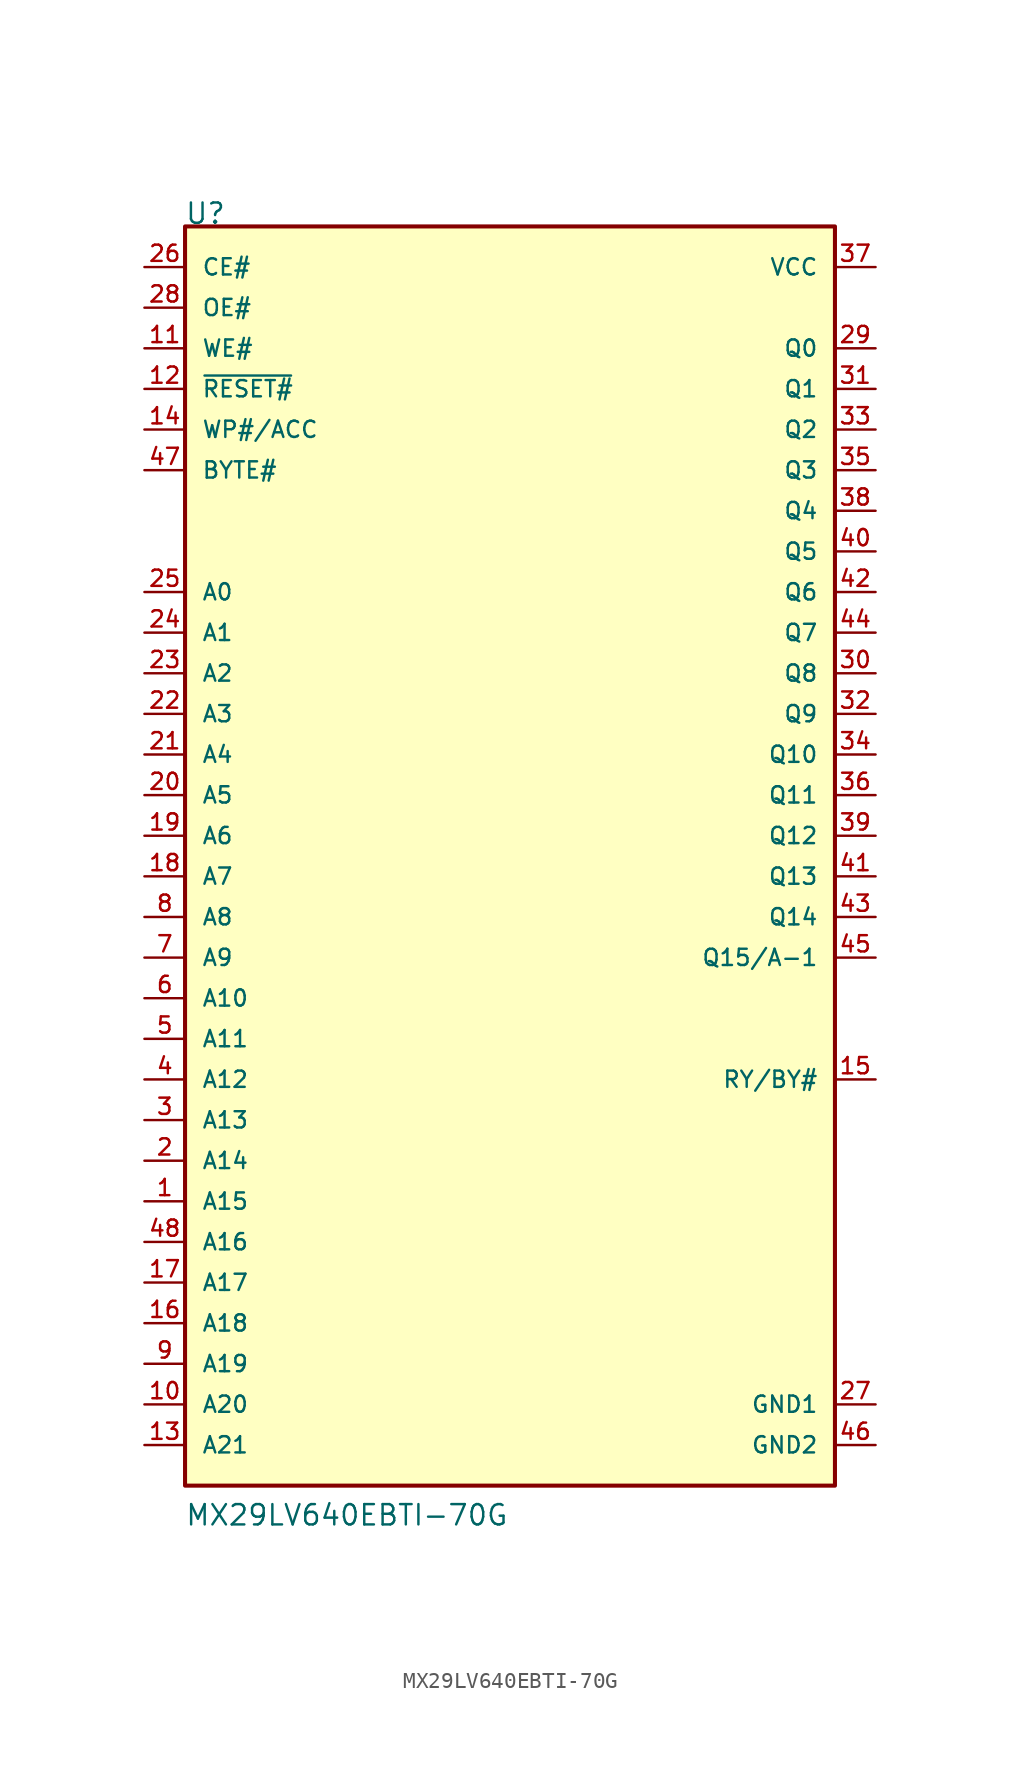
<source format=kicad_sym>
(kicad_symbol_lib
  (version 20211014)
  (generator kicad_symbol_editor)
  (symbol "MX29LV640EBTI-70G"
    (pin_names
      (offset 1.016))
    (property "Reference" "U"
      (at -20.355 38.166 0)
      (effects (font (size 1.27 1.27)) (justify bottom left)))
    (property "Value" "MX29LV640EBTI-70G"
      (at -20.342 -43.227 0)
      (effects (font (size 1.27 1.27)) (justify bottom left)))
    (symbol "MX29LV640EBTI-70G_0_0"
      (rectangle (start -20.32 -40.64) (end 20.32 38.1) (stroke (width 0.254)) (fill (type background)))
      (pin input line (at -22.86 27.94 0) (length 2.54) (name "~{RESET#}" (effects (font (size 1.016 1.016)))) (number "12" (effects (font (size 1.016 1.016)))))
      (pin input line (at -22.86 12.7 0) (length 2.54) (name "A1" (effects (font (size 1.016 1.016)))) (number "24" (effects (font (size 1.016 1.016)))))
      (pin input line (at -22.86 33.02 0) (length 2.54) (name "OE#" (effects (font (size 1.016 1.016)))) (number "28" (effects (font (size 1.016 1.016)))))
      (pin input line (at -22.86 30.48 0) (length 2.54) (name "WE#" (effects (font (size 1.016 1.016)))) (number "11" (effects (font (size 1.016 1.016)))))
      (pin bidirectional line (at 22.86 -7.62 180.0) (length 2.54) (name "Q15/A-1" (effects (font (size 1.016 1.016)))) (number "45" (effects (font (size 1.016 1.016)))))
      (pin input line (at -22.86 35.56 0) (length 2.54) (name "CE#" (effects (font (size 1.016 1.016)))) (number "26" (effects (font (size 1.016 1.016)))))
      (pin input line (at -22.86 10.16 0) (length 2.54) (name "A2" (effects (font (size 1.016 1.016)))) (number "23" (effects (font (size 1.016 1.016)))))
      (pin input line (at -22.86 7.62 0) (length 2.54) (name "A3" (effects (font (size 1.016 1.016)))) (number "22" (effects (font (size 1.016 1.016)))))
      (pin input line (at -22.86 5.08 0) (length 2.54) (name "A4" (effects (font (size 1.016 1.016)))) (number "21" (effects (font (size 1.016 1.016)))))
      (pin input line (at -22.86 2.54 0) (length 2.54) (name "A5" (effects (font (size 1.016 1.016)))) (number "20" (effects (font (size 1.016 1.016)))))
      (pin input line (at -22.86 0.0 0) (length 2.54) (name "A6" (effects (font (size 1.016 1.016)))) (number "19" (effects (font (size 1.016 1.016)))))
      (pin input line (at -22.86 -2.54 0) (length 2.54) (name "A7" (effects (font (size 1.016 1.016)))) (number "18" (effects (font (size 1.016 1.016)))))
      (pin input line (at -22.86 -5.08 0) (length 2.54) (name "A8" (effects (font (size 1.016 1.016)))) (number "8" (effects (font (size 1.016 1.016)))))
      (pin input line (at -22.86 -7.62 0) (length 2.54) (name "A9" (effects (font (size 1.016 1.016)))) (number "7" (effects (font (size 1.016 1.016)))))
      (pin input line (at -22.86 -10.16 0) (length 2.54) (name "A10" (effects (font (size 1.016 1.016)))) (number "6" (effects (font (size 1.016 1.016)))))
      (pin input line (at -22.86 -12.7 0) (length 2.54) (name "A11" (effects (font (size 1.016 1.016)))) (number "5" (effects (font (size 1.016 1.016)))))
      (pin input line (at -22.86 -15.24 0) (length 2.54) (name "A12" (effects (font (size 1.016 1.016)))) (number "4" (effects (font (size 1.016 1.016)))))
      (pin input line (at -22.86 -17.78 0) (length 2.54) (name "A13" (effects (font (size 1.016 1.016)))) (number "3" (effects (font (size 1.016 1.016)))))
      (pin input line (at -22.86 -20.32 0) (length 2.54) (name "A14" (effects (font (size 1.016 1.016)))) (number "2" (effects (font (size 1.016 1.016)))))
      (pin input line (at -22.86 -22.86 0) (length 2.54) (name "A15" (effects (font (size 1.016 1.016)))) (number "1" (effects (font (size 1.016 1.016)))))
      (pin input line (at -22.86 -25.4 0) (length 2.54) (name "A16" (effects (font (size 1.016 1.016)))) (number "48" (effects (font (size 1.016 1.016)))))
      (pin input line (at -22.86 -27.94 0) (length 2.54) (name "A17" (effects (font (size 1.016 1.016)))) (number "17" (effects (font (size 1.016 1.016)))))
      (pin input line (at -22.86 -30.48 0) (length 2.54) (name "A18" (effects (font (size 1.016 1.016)))) (number "16" (effects (font (size 1.016 1.016)))))
      (pin input line (at -22.86 -33.02 0) (length 2.54) (name "A19" (effects (font (size 1.016 1.016)))) (number "9" (effects (font (size 1.016 1.016)))))
      (pin input line (at -22.86 -35.56 0) (length 2.54) (name "A20" (effects (font (size 1.016 1.016)))) (number "10" (effects (font (size 1.016 1.016)))))
      (pin input line (at -22.86 -38.1 0) (length 2.54) (name "A21" (effects (font (size 1.016 1.016)))) (number "13" (effects (font (size 1.016 1.016)))))
      (pin input line (at -22.86 15.24 0) (length 2.54) (name "A0" (effects (font (size 1.016 1.016)))) (number "25" (effects (font (size 1.016 1.016)))))
      (pin bidirectional line (at 22.86 30.48 180.0) (length 2.54) (name "Q0" (effects (font (size 1.016 1.016)))) (number "29" (effects (font (size 1.016 1.016)))))
      (pin bidirectional line (at 22.86 27.94 180.0) (length 2.54) (name "Q1" (effects (font (size 1.016 1.016)))) (number "31" (effects (font (size 1.016 1.016)))))
      (pin bidirectional line (at 22.86 25.4 180.0) (length 2.54) (name "Q2" (effects (font (size 1.016 1.016)))) (number "33" (effects (font (size 1.016 1.016)))))
      (pin bidirectional line (at 22.86 22.86 180.0) (length 2.54) (name "Q3" (effects (font (size 1.016 1.016)))) (number "35" (effects (font (size 1.016 1.016)))))
      (pin bidirectional line (at 22.86 20.32 180.0) (length 2.54) (name "Q4" (effects (font (size 1.016 1.016)))) (number "38" (effects (font (size 1.016 1.016)))))
      (pin bidirectional line (at 22.86 17.78 180.0) (length 2.54) (name "Q5" (effects (font (size 1.016 1.016)))) (number "40" (effects (font (size 1.016 1.016)))))
      (pin bidirectional line (at 22.86 15.24 180.0) (length 2.54) (name "Q6" (effects (font (size 1.016 1.016)))) (number "42" (effects (font (size 1.016 1.016)))))
      (pin bidirectional line (at 22.86 12.7 180.0) (length 2.54) (name "Q7" (effects (font (size 1.016 1.016)))) (number "44" (effects (font (size 1.016 1.016)))))
      (pin bidirectional line (at 22.86 10.16 180.0) (length 2.54) (name "Q8" (effects (font (size 1.016 1.016)))) (number "30" (effects (font (size 1.016 1.016)))))
      (pin bidirectional line (at 22.86 7.62 180.0) (length 2.54) (name "Q9" (effects (font (size 1.016 1.016)))) (number "32" (effects (font (size 1.016 1.016)))))
      (pin bidirectional line (at 22.86 5.08 180.0) (length 2.54) (name "Q10" (effects (font (size 1.016 1.016)))) (number "34" (effects (font (size 1.016 1.016)))))
      (pin bidirectional line (at 22.86 2.54 180.0) (length 2.54) (name "Q11" (effects (font (size 1.016 1.016)))) (number "36" (effects (font (size 1.016 1.016)))))
      (pin bidirectional line (at 22.86 0.0 180.0) (length 2.54) (name "Q12" (effects (font (size 1.016 1.016)))) (number "39" (effects (font (size 1.016 1.016)))))
      (pin bidirectional line (at 22.86 -2.54 180.0) (length 2.54) (name "Q13" (effects (font (size 1.016 1.016)))) (number "41" (effects (font (size 1.016 1.016)))))
      (pin bidirectional line (at 22.86 -5.08 180.0) (length 2.54) (name "Q14" (effects (font (size 1.016 1.016)))) (number "43" (effects (font (size 1.016 1.016)))))
      (pin input line (at -22.86 25.4 0) (length 2.54) (name "WP#/ACC" (effects (font (size 1.016 1.016)))) (number "14" (effects (font (size 1.016 1.016)))))
      (pin input line (at -22.86 22.86 0) (length 2.54) (name "BYTE#" (effects (font (size 1.016 1.016)))) (number "47" (effects (font (size 1.016 1.016)))))
      (pin output line (at 22.86 -15.24 180.0) (length 2.54) (name "RY/BY#" (effects (font (size 1.016 1.016)))) (number "15" (effects (font (size 1.016 1.016)))))
      (pin power_in line (at 22.86 35.56 180.0) (length 2.54) (name "VCC" (effects (font (size 1.016 1.016)))) (number "37" (effects (font (size 1.016 1.016)))))
      (pin output line (at 22.86 -35.56 180.0) (length 2.54) (name "GND1" (effects (font (size 1.016 1.016)))) (number "27" (effects (font (size 1.016 1.016)))))
      (pin output line (at 22.86 -38.1 180.0) (length 2.54) (name "GND2" (effects (font (size 1.016 1.016)))) (number "46" (effects (font (size 1.016 1.016))))))))
</source>
